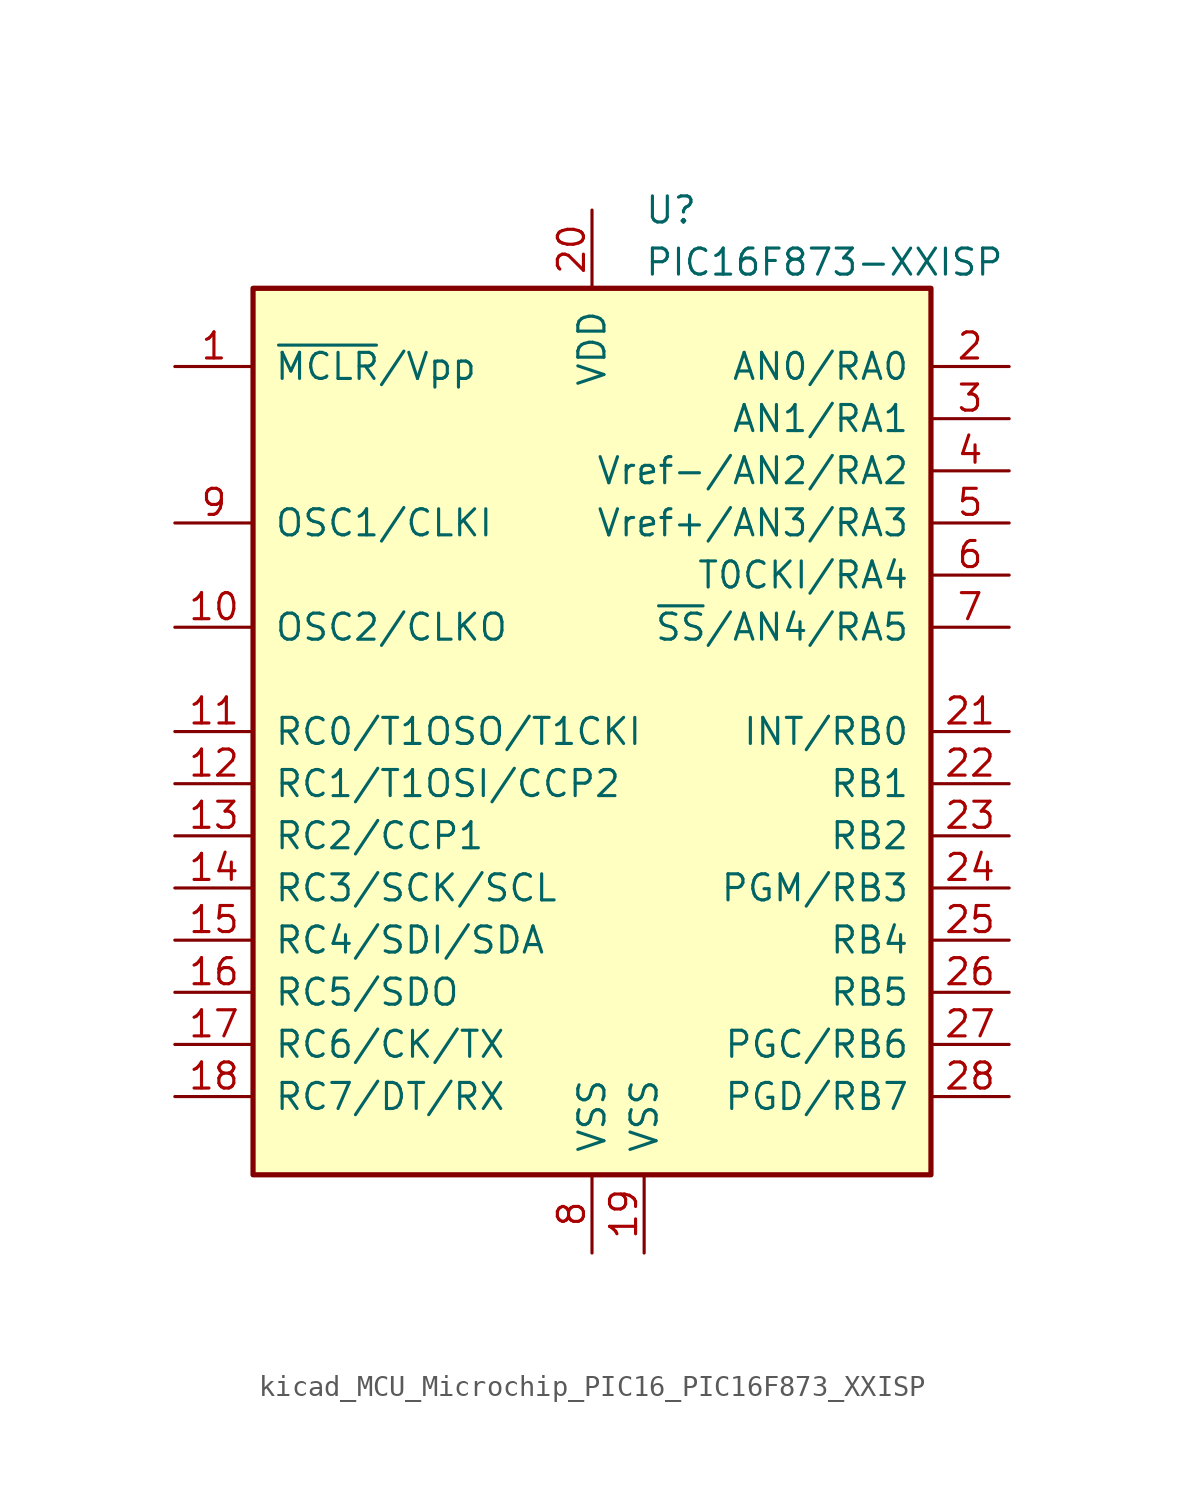
<source format=kicad_sym>
(kicad_symbol_lib
  (version 20220914)
  (generator kicad_symbol_editor)
  (symbol "kicad_MCU_Microchip_PIC16_PIC16F873_XXISP"
    (pin_names
      (offset 1.016))
    (property "Reference" "U"
      (at 2.54 25.4 0)
      (effects (font (size 1.27 1.27)) (justify left)))
    (property "Value" "PIC16F873-XXISP"
      (at 2.54 22.86 0)
      (effects (font (size 1.27 1.27)) (justify left)))
    (symbol "kicad_MCU_Microchip_PIC16_PIC16F873_XXISP_0_1"
      (rectangle (start -16.51 21.59) (end 16.51 -21.59) (stroke (width 0.254) (type default)) (fill (type background))))
    (symbol "kicad_MCU_Microchip_PIC16_PIC16F873_XXISP_1_1"
      (pin input line (at -20.32 17.78 0) (length 3.81) (name "~{MCLR}/Vpp" (effects (font (size 1.27 1.27)))) (number "1" (effects (font (size 1.27 1.27)))))
      (pin output line (at -20.32 5.08 0) (length 3.81) (name "OSC2/CLKO" (effects (font (size 1.27 1.27)))) (number "10" (effects (font (size 1.27 1.27)))))
      (pin bidirectional line (at -20.32 0 0) (length 3.81) (name "RC0/T1OSO/T1CKI" (effects (font (size 1.27 1.27)))) (number "11" (effects (font (size 1.27 1.27)))))
      (pin bidirectional line (at -20.32 -2.54 0) (length 3.81) (name "RC1/T1OSI/CCP2" (effects (font (size 1.27 1.27)))) (number "12" (effects (font (size 1.27 1.27)))))
      (pin bidirectional line (at -20.32 -5.08 0) (length 3.81) (name "RC2/CCP1" (effects (font (size 1.27 1.27)))) (number "13" (effects (font (size 1.27 1.27)))))
      (pin bidirectional line (at -20.32 -7.62 0) (length 3.81) (name "RC3/SCK/SCL" (effects (font (size 1.27 1.27)))) (number "14" (effects (font (size 1.27 1.27)))))
      (pin bidirectional line (at -20.32 -10.16 0) (length 3.81) (name "RC4/SDI/SDA" (effects (font (size 1.27 1.27)))) (number "15" (effects (font (size 1.27 1.27)))))
      (pin bidirectional line (at -20.32 -12.7 0) (length 3.81) (name "RC5/SDO" (effects (font (size 1.27 1.27)))) (number "16" (effects (font (size 1.27 1.27)))))
      (pin bidirectional line (at -20.32 -15.24 0) (length 3.81) (name "RC6/CK/TX" (effects (font (size 1.27 1.27)))) (number "17" (effects (font (size 1.27 1.27)))))
      (pin bidirectional line (at -20.32 -17.78 0) (length 3.81) (name "RC7/DT/RX" (effects (font (size 1.27 1.27)))) (number "18" (effects (font (size 1.27 1.27)))))
      (pin power_in line (at 2.54 -25.4 90) (length 3.81) (name "VSS" (effects (font (size 1.27 1.27)))) (number "19" (effects (font (size 1.27 1.27)))))
      (pin bidirectional line (at 20.32 17.78 180) (length 3.81) (name "AN0/RA0" (effects (font (size 1.27 1.27)))) (number "2" (effects (font (size 1.27 1.27)))))
      (pin power_in line (at 0 25.4 270) (length 3.81) (name "VDD" (effects (font (size 1.27 1.27)))) (number "20" (effects (font (size 1.27 1.27)))))
      (pin bidirectional line (at 20.32 0 180) (length 3.81) (name "INT/RB0" (effects (font (size 1.27 1.27)))) (number "21" (effects (font (size 1.27 1.27)))))
      (pin bidirectional line (at 20.32 -2.54 180) (length 3.81) (name "RB1" (effects (font (size 1.27 1.27)))) (number "22" (effects (font (size 1.27 1.27)))))
      (pin bidirectional line (at 20.32 -5.08 180) (length 3.81) (name "RB2" (effects (font (size 1.27 1.27)))) (number "23" (effects (font (size 1.27 1.27)))))
      (pin bidirectional line (at 20.32 -7.62 180) (length 3.81) (name "PGM/RB3" (effects (font (size 1.27 1.27)))) (number "24" (effects (font (size 1.27 1.27)))))
      (pin bidirectional line (at 20.32 -10.16 180) (length 3.81) (name "RB4" (effects (font (size 1.27 1.27)))) (number "25" (effects (font (size 1.27 1.27)))))
      (pin bidirectional line (at 20.32 -12.7 180) (length 3.81) (name "RB5" (effects (font (size 1.27 1.27)))) (number "26" (effects (font (size 1.27 1.27)))))
      (pin bidirectional line (at 20.32 -15.24 180) (length 3.81) (name "PGC/RB6" (effects (font (size 1.27 1.27)))) (number "27" (effects (font (size 1.27 1.27)))))
      (pin bidirectional line (at 20.32 -17.78 180) (length 3.81) (name "PGD/RB7" (effects (font (size 1.27 1.27)))) (number "28" (effects (font (size 1.27 1.27)))))
      (pin bidirectional line (at 20.32 15.24 180) (length 3.81) (name "AN1/RA1" (effects (font (size 1.27 1.27)))) (number "3" (effects (font (size 1.27 1.27)))))
      (pin bidirectional line (at 20.32 12.7 180) (length 3.81) (name "Vref-/AN2/RA2" (effects (font (size 1.27 1.27)))) (number "4" (effects (font (size 1.27 1.27)))))
      (pin bidirectional line (at 20.32 10.16 180) (length 3.81) (name "Vref+/AN3/RA3" (effects (font (size 1.27 1.27)))) (number "5" (effects (font (size 1.27 1.27)))))
      (pin bidirectional line (at 20.32 7.62 180) (length 3.81) (name "T0CKI/RA4" (effects (font (size 1.27 1.27)))) (number "6" (effects (font (size 1.27 1.27)))))
      (pin bidirectional line (at 20.32 5.08 180) (length 3.81) (name "~{SS}/AN4/RA5" (effects (font (size 1.27 1.27)))) (number "7" (effects (font (size 1.27 1.27)))))
      (pin power_in line (at 0 -25.4 90) (length 3.81) (name "VSS" (effects (font (size 1.27 1.27)))) (number "8" (effects (font (size 1.27 1.27)))))
      (pin input line (at -20.32 10.16 0) (length 3.81) (name "OSC1/CLKI" (effects (font (size 1.27 1.27)))) (number "9" (effects (font (size 1.27 1.27))))))))
</source>
